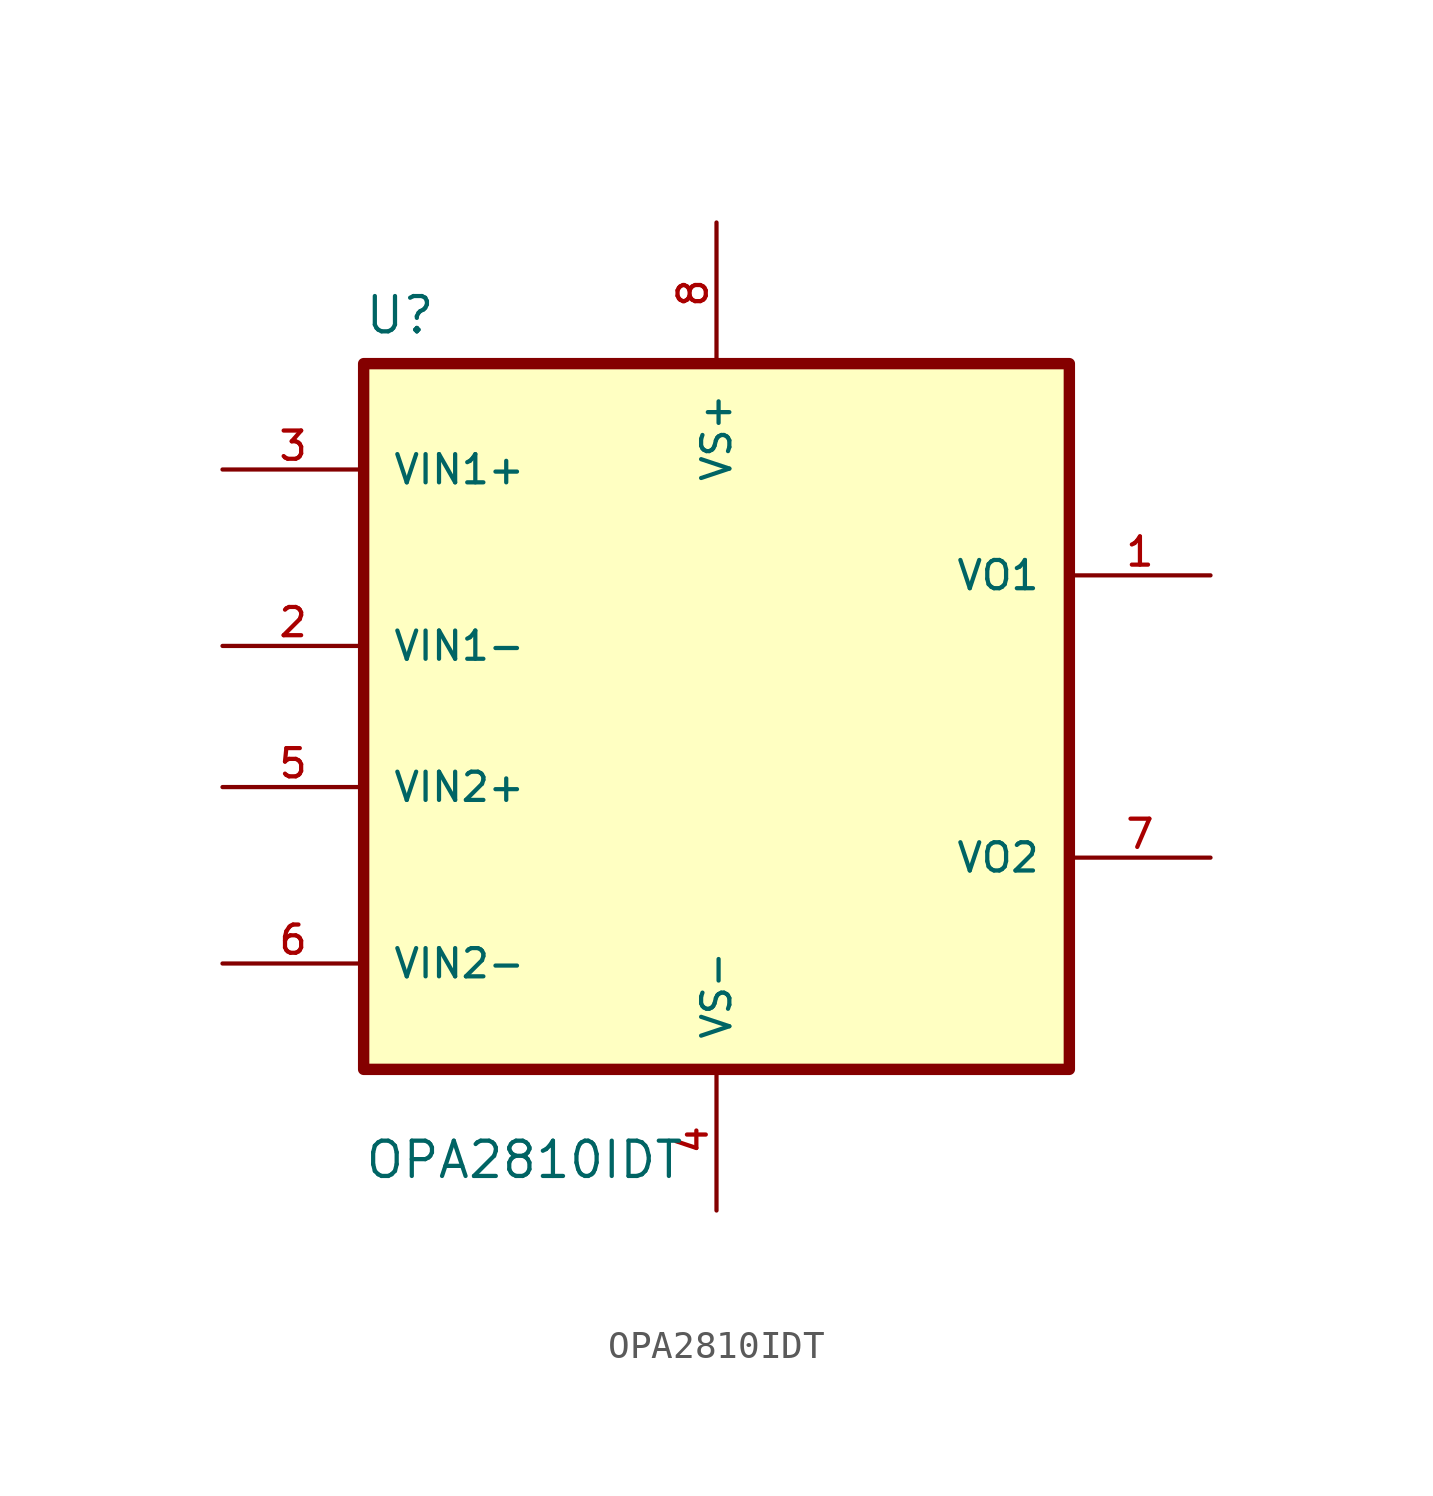
<source format=kicad_sym>
(kicad_symbol_lib
  (version 20241209)
  (generator "kicad_symbol_editor")
  (generator_version "9.0")
  (symbol "OPA2810IDT"
    (pin_names
      (offset 1.016))
    (property "Reference" "U"
      (at -12.7 13.7 0)
      (effects (font (size 1.27 1.27)) (justify left bottom)))
    (property "Value" "OPA2810IDT"
      (at -12.7 -16.7 0)
      (effects (font (size 1.27 1.27)) (justify left bottom)))
    (symbol "OPA2810IDT_0_0"
      (rectangle (start -12.7 -12.7) (end 12.7 12.7) (stroke (width 0.41) (type default)) (fill (type background)))
      (pin input line (at -17.78 8.89 0) (length 5.08) (name "VIN1+" (effects (font (size 1.016 1.016)))) (number "3" (effects (font (size 1.016 1.016)))))
      (pin input line (at -17.78 2.54 0) (length 5.08) (name "VIN1-" (effects (font (size 1.016 1.016)))) (number "2" (effects (font (size 1.016 1.016)))))
      (pin input line (at -17.78 -2.54 0) (length 5.08) (name "VIN2+" (effects (font (size 1.016 1.016)))) (number "5" (effects (font (size 1.016 1.016)))))
      (pin input line (at -17.78 -8.89 0) (length 5.08) (name "VIN2-" (effects (font (size 1.016 1.016)))) (number "6" (effects (font (size 1.016 1.016)))))
      (pin power_in line (at 0 17.78 270) (length 5.08) (name "VS+" (effects (font (size 1.016 1.016)))) (number "8" (effects (font (size 1.016 1.016)))))
      (pin power_in line (at 0 -17.78 90) (length 5.08) (name "VS-" (effects (font (size 1.016 1.016)))) (number "4" (effects (font (size 1.016 1.016)))))
      (pin output line (at 17.78 5.08 180) (length 5.08) (name "VO1" (effects (font (size 1.016 1.016)))) (number "1" (effects (font (size 1.016 1.016)))))
      (pin output line (at 17.78 -5.08 180) (length 5.08) (name "VO2" (effects (font (size 1.016 1.016)))) (number "7" (effects (font (size 1.016 1.016))))))))
</source>
